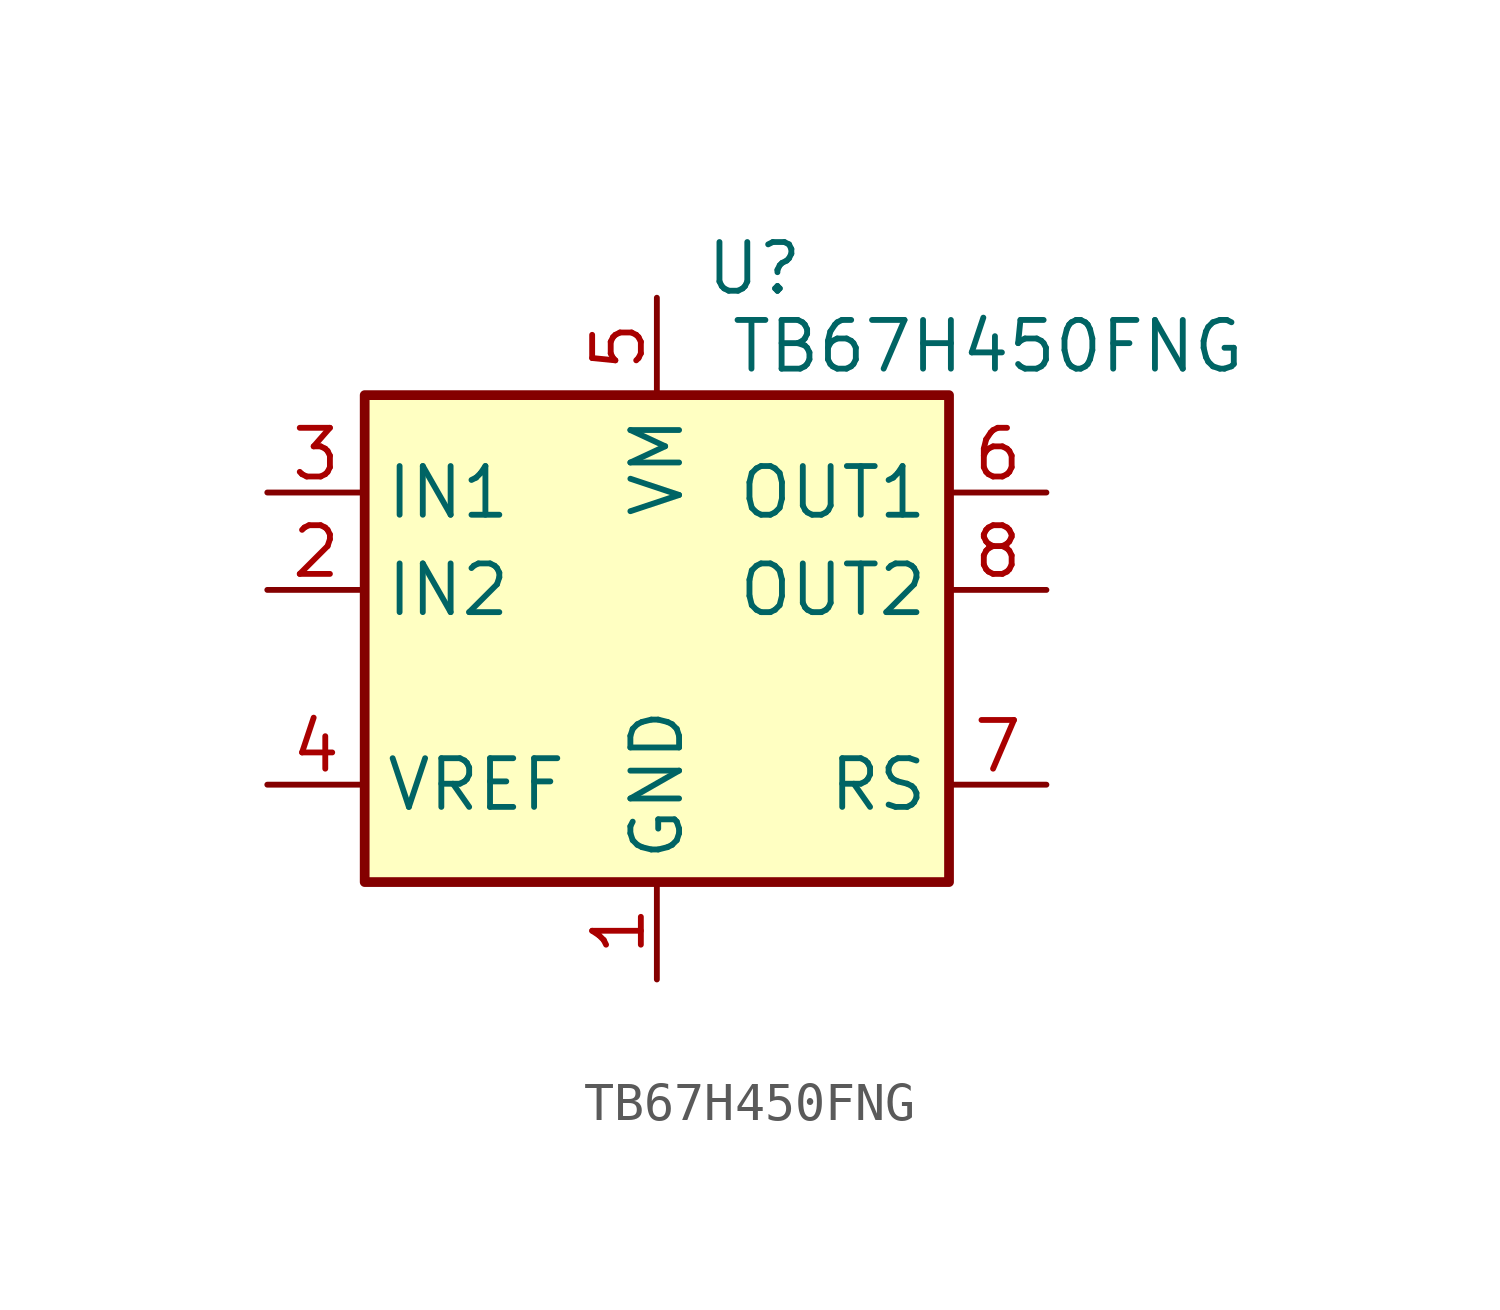
<source format=kicad_sym>
(kicad_symbol_lib
  (version 20241209)
  (generator "kicad_symbol_editor")
  (generator_version "9.0")
  (symbol "TB67H450FNG"
    (property "Reference" "U"
      (at 2.54 9.652 0)
      (effects (font (size 1.27 1.27))))
    (property "Value" "TB67H450FNG"
      (at 8.636 7.62 0)
      (effects (font (size 1.27 1.27))))
    (symbol "TB67H450FNG_0_1"
      (rectangle (start -7.62 6.35) (end 7.62 -6.35) (stroke (width 0.254) (type default)) (fill (type background))))
    (symbol "TB67H450FNG_1_1"
      (pin input line (at -10.16 3.81 0) (length 2.54) (name "IN1" (effects (font (size 1.27 1.27)))) (number "3" (effects (font (size 1.27 1.27)))))
      (pin input line (at -10.16 1.27 0) (length 2.54) (name "IN2" (effects (font (size 1.27 1.27)))) (number "2" (effects (font (size 1.27 1.27)))))
      (pin input line (at -10.16 -3.81 0) (length 2.54) (name "VREF" (effects (font (size 1.27 1.27)))) (number "4" (effects (font (size 1.27 1.27)))))
      (pin power_in line (at 0 8.89 270) (length 2.54) (name "VM" (effects (font (size 1.27 1.27)))) (number "5" (effects (font (size 1.27 1.27)))))
      (pin power_in line (at 0 -8.89 90) (length 2.54) (name "GND" (effects (font (size 1.27 1.27)))) (number "1" (effects (font (size 1.27 1.27)))))
      (pin passive line (at 0 -8.89 90) (length 2.54) (hide yes) (name "EP" (effects (font (size 1.27 1.27)))) (number "9" (effects (font (size 1.27 1.27)))))
      (pin output line (at 10.16 3.81 180) (length 2.54) (name "OUT1" (effects (font (size 1.27 1.27)))) (number "6" (effects (font (size 1.27 1.27)))))
      (pin output line (at 10.16 1.27 180) (length 2.54) (name "OUT2" (effects (font (size 1.27 1.27)))) (number "8" (effects (font (size 1.27 1.27)))))
      (pin passive line (at 10.16 -3.81 180) (length 2.54) (name "RS" (effects (font (size 1.27 1.27)))) (number "7" (effects (font (size 1.27 1.27))))))))
</source>
